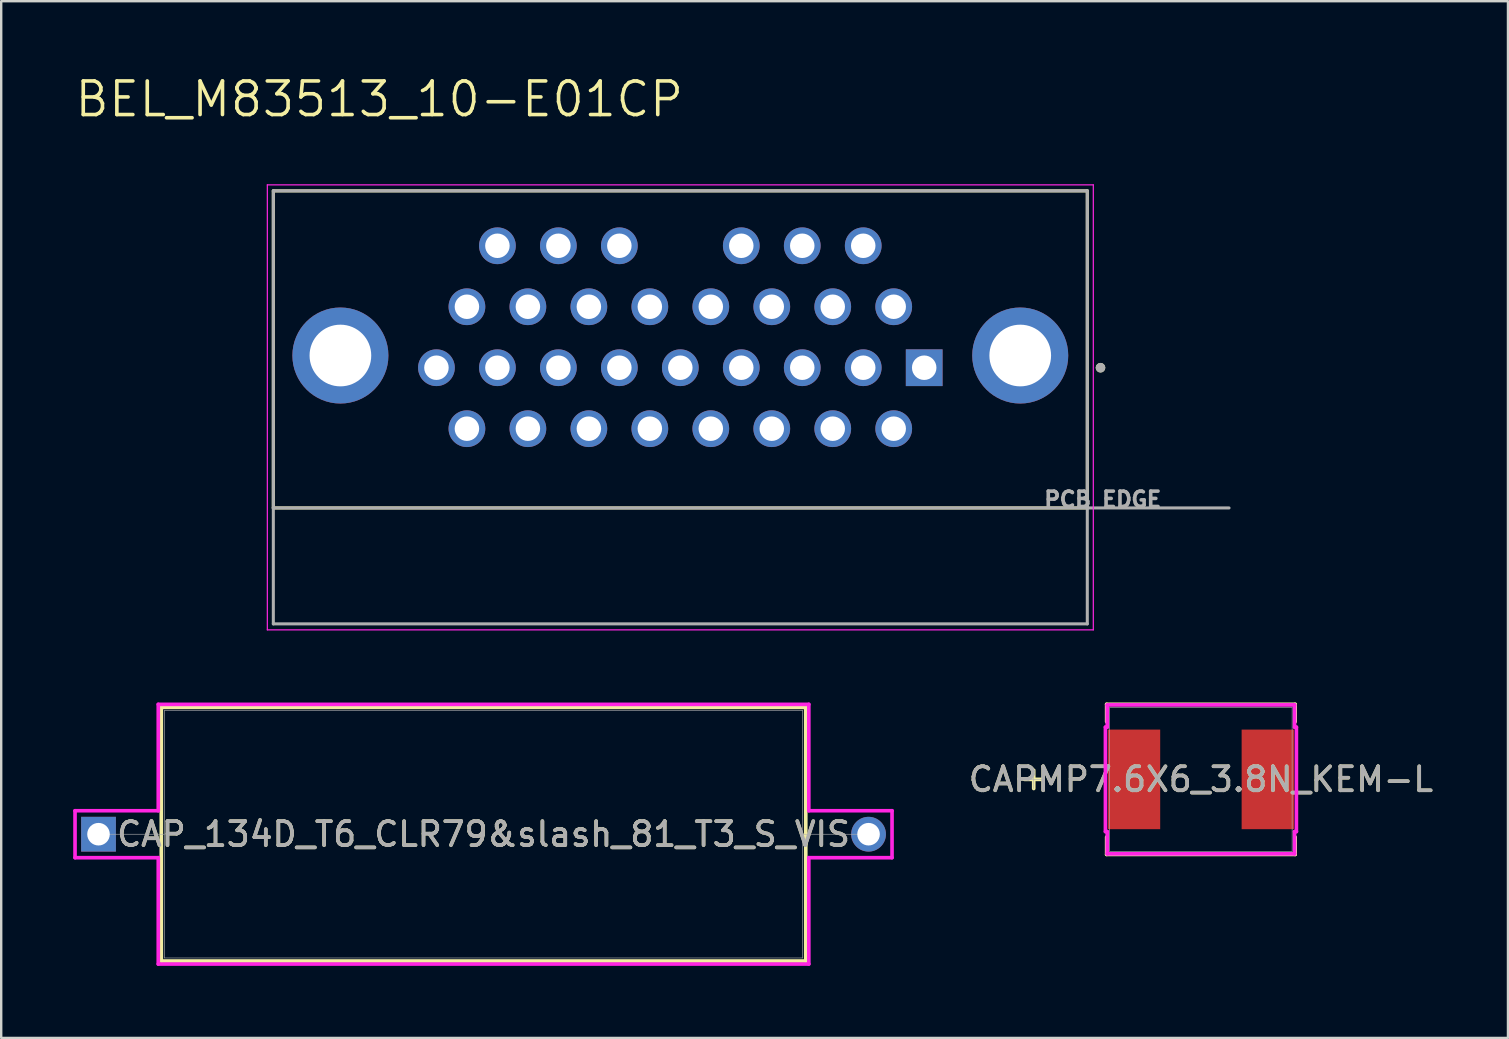
<source format=kicad_pcb>
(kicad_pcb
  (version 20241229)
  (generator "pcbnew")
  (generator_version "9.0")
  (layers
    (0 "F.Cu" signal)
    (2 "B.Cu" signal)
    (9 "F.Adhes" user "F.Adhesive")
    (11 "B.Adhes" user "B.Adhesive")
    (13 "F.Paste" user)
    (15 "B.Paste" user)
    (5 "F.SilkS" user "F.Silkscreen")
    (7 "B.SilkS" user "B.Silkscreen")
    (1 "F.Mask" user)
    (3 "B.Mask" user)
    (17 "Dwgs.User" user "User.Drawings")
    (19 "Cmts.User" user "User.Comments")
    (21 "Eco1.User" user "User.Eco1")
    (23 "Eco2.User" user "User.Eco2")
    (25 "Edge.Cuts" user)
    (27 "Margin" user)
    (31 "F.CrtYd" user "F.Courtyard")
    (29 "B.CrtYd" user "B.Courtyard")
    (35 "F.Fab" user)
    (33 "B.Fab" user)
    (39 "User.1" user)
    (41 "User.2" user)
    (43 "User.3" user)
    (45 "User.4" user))
  (footprint "CAPMP7.6X6_3.8N_KEM-L"
    (layer "F.Cu")
    (at 46.98 29.419)
    (property "Reference" "CAPMP7.6X6_3.8N_KEM-L" (at 0 0 0) (unlocked yes) (layer "F.SilkS") (effects (font (size 1 1) (thickness 0.15))))
    (attr smd)
    (fp_line (start -6.965 -0.381) (end -6.965 0.381) (stroke (width 0.152) (type solid)) (layer "F.SilkS"))
    (fp_line (start -6.584 0) (end -7.346 0) (stroke (width 0.152) (type solid)) (layer "F.SilkS"))
    (fp_line (start -3.927 -3.127) (end -3.927 -2.403) (stroke (width 0.152) (type solid)) (layer "F.SilkS"))
    (fp_line (start -3.927 2.403) (end -3.927 3.127) (stroke (width 0.152) (type solid)) (layer "F.SilkS"))
    (fp_line (start -3.927 3.127) (end 3.927 3.127) (stroke (width 0.152) (type solid)) (layer "F.SilkS"))
    (fp_line (start 3.927 -3.127) (end -3.927 -3.127) (stroke (width 0.152) (type solid)) (layer "F.SilkS"))
    (fp_line (start 3.927 -2.403) (end 3.927 -3.127) (stroke (width 0.152) (type solid)) (layer "F.SilkS"))
    (fp_line (start 3.927 3.127) (end 3.927 2.403) (stroke (width 0.152) (type solid)) (layer "F.SilkS"))
    (fp_line (start -3.978 -2.176) (end -3.902 -2.176) (stroke (width 0.152) (type solid)) (layer "F.CrtYd"))
    (fp_line (start -3.978 2.176) (end -3.978 -2.176) (stroke (width 0.152) (type solid)) (layer "F.CrtYd"))
    (fp_line (start -3.902 -3.102) (end 3.902 -3.102) (stroke (width 0.152) (type solid)) (layer "F.CrtYd"))
    (fp_line (start -3.902 -2.176) (end -3.902 -3.102) (stroke (width 0.152) (type solid)) (layer "F.CrtYd"))
    (fp_line (start -3.902 2.176) (end -3.978 2.176) (stroke (width 0.152) (type solid)) (layer "F.CrtYd"))
    (fp_line (start -3.902 3.102) (end -3.902 2.176) (stroke (width 0.152) (type solid)) (layer "F.CrtYd"))
    (fp_line (start 3.902 -3.102) (end 3.902 -2.176) (stroke (width 0.152) (type solid)) (layer "F.CrtYd"))
    (fp_line (start 3.902 -2.176) (end 3.978 -2.176) (stroke (width 0.152) (type solid)) (layer "F.CrtYd"))
    (fp_line (start 3.902 2.176) (end 3.902 3.102) (stroke (width 0.152) (type solid)) (layer "F.CrtYd"))
    (fp_line (start 3.902 3.102) (end -3.902 3.102) (stroke (width 0.152) (type solid)) (layer "F.CrtYd"))
    (fp_line (start 3.978 -2.176) (end 3.978 2.176) (stroke (width 0.152) (type solid)) (layer "F.CrtYd"))
    (fp_line (start 3.978 2.176) (end 3.902 2.176) (stroke (width 0.152) (type solid)) (layer "F.CrtYd"))
    (fp_line (start -6.965 -0.381) (end -6.965 0.381) (stroke (width 0.025) (type solid)) (layer "F.Fab"))
    (fp_line (start -6.584 0) (end -7.346 0) (stroke (width 0.025) (type solid)) (layer "F.Fab"))
    (fp_line (start -3.8 -3) (end -3.8 3) (stroke (width 0.025) (type solid)) (layer "F.Fab"))
    (fp_line (start -3.8 3) (end 3.8 3) (stroke (width 0.025) (type solid)) (layer "F.Fab"))
    (fp_line (start 3.8 -3) (end -3.8 -3) (stroke (width 0.025) (type solid)) (layer "F.Fab"))
    (fp_line (start 3.8 3) (end 3.8 -3) (stroke (width 0.025) (type solid)) (layer "F.Fab"))
    (fp_text user "${REFERENCE}" (at 0 0 0) (unlocked yes) (layer "F.Fab") (effects (font (size 1 1) (thickness 0.15))))
    (pad "1" smd rect (at -2.786 0 90) (size 4.149 2.179) (layers "F.Cu" "F.Mask" "F.Paste"))
    (pad "2" smd rect (at 2.786 0 90) (size 4.149 2.179) (layers "F.Cu" "F.Mask" "F.Paste"))
    (zone (net_name "") (layer "F.Cu") (hatch full 0.508) (connect_pads) (min_thickness 0.254) (filled_areas_thickness no) (keepout (tracks not_allowed) (vias not_allowed) (pads allowed) (copperpour not_allowed) (footprints allowed)) (placement (enabled no)) (fill) (polygon (pts (xy 43.231 26.47) (xy 50.729 26.47) (xy 50.729 27.269) (xy 43.231 27.269))))
    (zone (net_name "") (layer "F.Cu") (hatch full 0.508) (connect_pads) (min_thickness 0.254) (filled_areas_thickness no) (keepout (tracks not_allowed) (vias not_allowed) (pads allowed) (copperpour not_allowed) (footprints allowed)) (placement (enabled no)) (fill) (polygon (pts (xy 43.231 31.57) (xy 50.729 31.57) (xy 50.729 32.369) (xy 43.231 32.369))))
    (zone (net_name "") (layer "F.Cu") (hatch full 0.508) (connect_pads) (min_thickness 0.254) (filled_areas_thickness no) (keepout (tracks not_allowed) (vias not_allowed) (pads allowed) (copperpour not_allowed) (footprints allowed)) (placement (enabled no)) (fill) (polygon (pts (xy 45.034 27.269) (xy 48.926 27.269) (xy 48.926 31.57) (xy 45.034 31.57)))))
  (footprint "BEL_M83513_10-E01CP"
    (layer "F.Cu")
    (at 25.292 11.761)
    (property "Reference" "BEL_M83513_10-E01CP" (at -12.54 -10.679 0) (layer "F.SilkS") (effects (font (size 1.4 1.4) (thickness 0.15))))
    (attr through_hole)
    (fp_line (start -16.955 -6.86) (end -16.955 6.35) (stroke (width 0.127) (type solid)) (layer "F.SilkS"))
    (fp_line (start -16.955 -6.86) (end 16.955 -6.86) (stroke (width 0.127) (type solid)) (layer "F.SilkS"))
    (fp_line (start -16.955 6.35) (end 16.955 6.35) (stroke (width 0.127) (type solid)) (layer "F.SilkS"))
    (fp_line (start 16.955 6.35) (end 16.955 -6.86) (stroke (width 0.127) (type solid)) (layer "F.SilkS"))
    (fp_circle (center 17.505 0.508) (end 17.605 0.508) (stroke (width 0.2) (type solid)) (fill no) (layer "F.SilkS"))
    (fp_line (start -17.205 -7.11) (end -17.205 11.43) (stroke (width 0.05) (type solid)) (layer "F.CrtYd"))
    (fp_line (start -17.205 -7.11) (end 17.205 -7.11) (stroke (width 0.05) (type solid)) (layer "F.CrtYd"))
    (fp_line (start -17.205 11.43) (end 17.205 11.43) (stroke (width 0.05) (type solid)) (layer "F.CrtYd"))
    (fp_line (start 17.205 11.43) (end 17.205 -7.11) (stroke (width 0.05) (type solid)) (layer "F.CrtYd"))
    (fp_line (start -16.955 -6.86) (end -16.955 6.35) (stroke (width 0.127) (type solid)) (layer "F.Fab"))
    (fp_line (start -16.955 -6.86) (end 16.955 -6.86) (stroke (width 0.127) (type solid)) (layer "F.Fab"))
    (fp_line (start -16.955 6.35) (end -16.955 11.18) (stroke (width 0.127) (type solid)) (layer "F.Fab"))
    (fp_line (start -16.955 6.35) (end 16.955 6.35) (stroke (width 0.127) (type solid)) (layer "F.Fab"))
    (fp_line (start -16.955 11.18) (end 16.955 11.18) (stroke (width 0.127) (type solid)) (layer "F.Fab"))
    (fp_line (start 16.955 6.35) (end 16.955 -6.86) (stroke (width 0.127) (type solid)) (layer "F.Fab"))
    (fp_line (start 16.955 11.18) (end 16.955 6.35) (stroke (width 0.127) (type solid)) (layer "F.Fab"))
    (fp_line (start 22.86 6.35) (end 16.955 6.35) (stroke (width 0.127) (type solid)) (layer "F.Fab"))
    (fp_circle (center 17.505 0.508) (end 17.605 0.508) (stroke (width 0.2) (type solid)) (fill no) (layer "F.Fab"))
    (fp_text user "PCB EDGE" (at 17.6 6 0) (layer "F.Fab") (effects (font (size 0.64 0.64) (thickness 0.15))))
    (pad "0" thru_hole circle (at -14.161 0) (size 4 4) (drill 2.57) (layers "*.Cu" "*.Mask"))
    (pad "0" thru_hole circle (at 14.161 0) (size 4 4) (drill 2.57) (layers "*.Cu" "*.Mask"))
    (pad "1" thru_hole rect (at 10.16 0.508) (size 1.53 1.53) (drill 1.02) (layers "*.Cu" "*.Mask"))
    (pad "2" thru_hole circle (at 8.89 3.048) (size 1.53 1.53) (drill 1.02) (layers "*.Cu" "*.Mask"))
    (pad "3" thru_hole circle (at 7.62 0.508) (size 1.53 1.53) (drill 1.02) (layers "*.Cu" "*.Mask"))
    (pad "4" thru_hole circle (at 6.35 3.048) (size 1.53 1.53) (drill 1.02) (layers "*.Cu" "*.Mask"))
    (pad "5" thru_hole circle (at 5.08 0.508) (size 1.53 1.53) (drill 1.02) (layers "*.Cu" "*.Mask"))
    (pad "6" thru_hole circle (at 3.81 3.048) (size 1.53 1.53) (drill 1.02) (layers "*.Cu" "*.Mask"))
    (pad "7" thru_hole circle (at 2.54 0.508) (size 1.53 1.53) (drill 1.02) (layers "*.Cu" "*.Mask"))
    (pad "8" thru_hole circle (at 1.27 3.048) (size 1.53 1.53) (drill 1.02) (layers "*.Cu" "*.Mask"))
    (pad "9" thru_hole circle (at -1.27 3.048) (size 1.53 1.53) (drill 1.02) (layers "*.Cu" "*.Mask"))
    (pad "10" thru_hole circle (at -2.54 0.508) (size 1.53 1.53) (drill 1.02) (layers "*.Cu" "*.Mask"))
    (pad "11" thru_hole circle (at -3.81 3.048) (size 1.53 1.53) (drill 1.02) (layers "*.Cu" "*.Mask"))
    (pad "12" thru_hole circle (at -5.08 0.508) (size 1.53 1.53) (drill 1.02) (layers "*.Cu" "*.Mask"))
    (pad "13" thru_hole circle (at -6.35 3.048) (size 1.53 1.53) (drill 1.02) (layers "*.Cu" "*.Mask"))
    (pad "14" thru_hole circle (at -7.62 0.508) (size 1.53 1.53) (drill 1.02) (layers "*.Cu" "*.Mask"))
    (pad "15" thru_hole circle (at -8.89 3.048) (size 1.53 1.53) (drill 1.02) (layers "*.Cu" "*.Mask"))
    (pad "16" thru_hole circle (at -10.16 0.508) (size 1.53 1.53) (drill 1.02) (layers "*.Cu" "*.Mask"))
    (pad "17" thru_hole circle (at 8.89 -2.032) (size 1.53 1.53) (drill 1.02) (layers "*.Cu" "*.Mask"))
    (pad "18" thru_hole circle (at 7.62 -4.572) (size 1.53 1.53) (drill 1.02) (layers "*.Cu" "*.Mask"))
    (pad "19" thru_hole circle (at 6.35 -2.032) (size 1.53 1.53) (drill 1.02) (layers "*.Cu" "*.Mask"))
    (pad "20" thru_hole circle (at 5.08 -4.572) (size 1.53 1.53) (drill 1.02) (layers "*.Cu" "*.Mask"))
    (pad "21" thru_hole circle (at 3.81 -2.032) (size 1.53 1.53) (drill 1.02) (layers "*.Cu" "*.Mask"))
    (pad "22" thru_hole circle (at 2.54 -4.572) (size 1.53 1.53) (drill 1.02) (layers "*.Cu" "*.Mask"))
    (pad "23" thru_hole circle (at 1.27 -2.032) (size 1.53 1.53) (drill 1.02) (layers "*.Cu" "*.Mask"))
    (pad "24" thru_hole circle (at 0 0.508) (size 1.53 1.53) (drill 1.02) (layers "*.Cu" "*.Mask"))
    (pad "25" thru_hole circle (at -1.27 -2.032) (size 1.53 1.53) (drill 1.02) (layers "*.Cu" "*.Mask"))
    (pad "26" thru_hole circle (at -2.54 -4.572) (size 1.53 1.53) (drill 1.02) (layers "*.Cu" "*.Mask"))
    (pad "27" thru_hole circle (at -3.81 -2.032) (size 1.53 1.53) (drill 1.02) (layers "*.Cu" "*.Mask"))
    (pad "28" thru_hole circle (at -5.08 -4.572) (size 1.53 1.53) (drill 1.02) (layers "*.Cu" "*.Mask"))
    (pad "29" thru_hole circle (at -6.35 -2.032) (size 1.53 1.53) (drill 1.02) (layers "*.Cu" "*.Mask"))
    (pad "30" thru_hole circle (at -8.89 -2.032) (size 1.53 1.53) (drill 1.02) (layers "*.Cu" "*.Mask"))
    (pad "31" thru_hole circle (at -7.62 -4.572) (size 1.53 1.53) (drill 1.02) (layers "*.Cu" "*.Mask")))
  (footprint "CAP_134D_T6_CLR79&slash_81_T3_S_VIS"
    (layer "F.Cu")
    (at 1.054 31.703)
    (property "Reference" "CAP_134D_T6_CLR79&slash_81_T3_S_VIS" (at 16.04 0 0) (unlocked yes) (layer "F.SilkS") (effects (font (size 1 1) (thickness 0.15))))
    (attr through_hole)
    (fp_line (start 2.616 -5.283) (end 2.616 5.283) (stroke (width 0.152) (type solid)) (layer "F.SilkS"))
    (fp_line (start 2.616 5.283) (end 29.464 5.283) (stroke (width 0.152) (type solid)) (layer "F.SilkS"))
    (fp_line (start 29.464 -5.283) (end 2.616 -5.283) (stroke (width 0.152) (type solid)) (layer "F.SilkS"))
    (fp_line (start 29.464 5.283) (end 29.464 -5.283) (stroke (width 0.152) (type solid)) (layer "F.SilkS"))
    (fp_line (start -0.978 -0.978) (end 2.489 -0.978) (stroke (width 0.152) (type solid)) (layer "F.CrtYd"))
    (fp_line (start -0.978 0.978) (end -0.978 -0.978) (stroke (width 0.152) (type solid)) (layer "F.CrtYd"))
    (fp_line (start 2.489 -5.41) (end 29.591 -5.41) (stroke (width 0.152) (type solid)) (layer "F.CrtYd"))
    (fp_line (start 2.489 -0.978) (end 2.489 -5.41) (stroke (width 0.152) (type solid)) (layer "F.CrtYd"))
    (fp_line (start 2.489 0.978) (end -0.978 0.978) (stroke (width 0.152) (type solid)) (layer "F.CrtYd"))
    (fp_line (start 2.489 5.41) (end 2.489 0.978) (stroke (width 0.152) (type solid)) (layer "F.CrtYd"))
    (fp_line (start 2.489 5.41) (end 29.591 5.41) (stroke (width 0.152) (type solid)) (layer "F.CrtYd"))
    (fp_line (start 29.591 -5.41) (end 29.591 -0.978) (stroke (width 0.152) (type solid)) (layer "F.CrtYd"))
    (fp_line (start 29.591 -0.978) (end 33.058 -0.978) (stroke (width 0.152) (type solid)) (layer "F.CrtYd"))
    (fp_line (start 29.591 0.978) (end 29.591 5.41) (stroke (width 0.152) (type solid)) (layer "F.CrtYd"))
    (fp_line (start 33.058 -0.978) (end 33.058 0.978) (stroke (width 0.152) (type solid)) (layer "F.CrtYd"))
    (fp_line (start 33.058 0.978) (end 29.591 0.978) (stroke (width 0.152) (type solid)) (layer "F.CrtYd"))
    (fp_line (start 0 0) (end 2.743 0) (stroke (width 0.025) (type solid)) (layer "F.Fab"))
    (fp_line (start 2.743 -5.156) (end 2.743 5.156) (stroke (width 0.025) (type solid)) (layer "F.Fab"))
    (fp_line (start 2.743 5.156) (end 29.337 5.156) (stroke (width 0.025) (type solid)) (layer "F.Fab"))
    (fp_line (start 29.337 -5.156) (end 2.743 -5.156) (stroke (width 0.025) (type solid)) (layer "F.Fab"))
    (fp_line (start 29.337 5.156) (end 29.337 -5.156) (stroke (width 0.025) (type solid)) (layer "F.Fab"))
    (fp_line (start 32.08 0) (end 29.337 0) (stroke (width 0.025) (type solid)) (layer "F.Fab"))
    (fp_circle (center 2.997 0) (end 2.997 0) (stroke (width 0.025) (type solid)) (fill no) (layer "F.Fab"))
    (fp_text user "${REFERENCE}" (at 16.04 0 0) (unlocked yes) (layer "F.Fab") (effects (font (size 1 1) (thickness 0.15))))
    (pad "1" thru_hole rect (at 0 0) (size 1.448 1.448) (drill 0.94) (layers "*.Cu" "*.Mask"))
    (pad "2" thru_hole circle (at 32.08 0) (size 1.448 1.448) (drill 0.94) (layers "*.Cu" "*.Mask")))
  (gr_rect
    (start -3 -3)
    (end 59.772 40.189)
    (stroke (width 0.1) (type default))
    (fill no)
    (layer "Edge.Cuts")))
</source>
